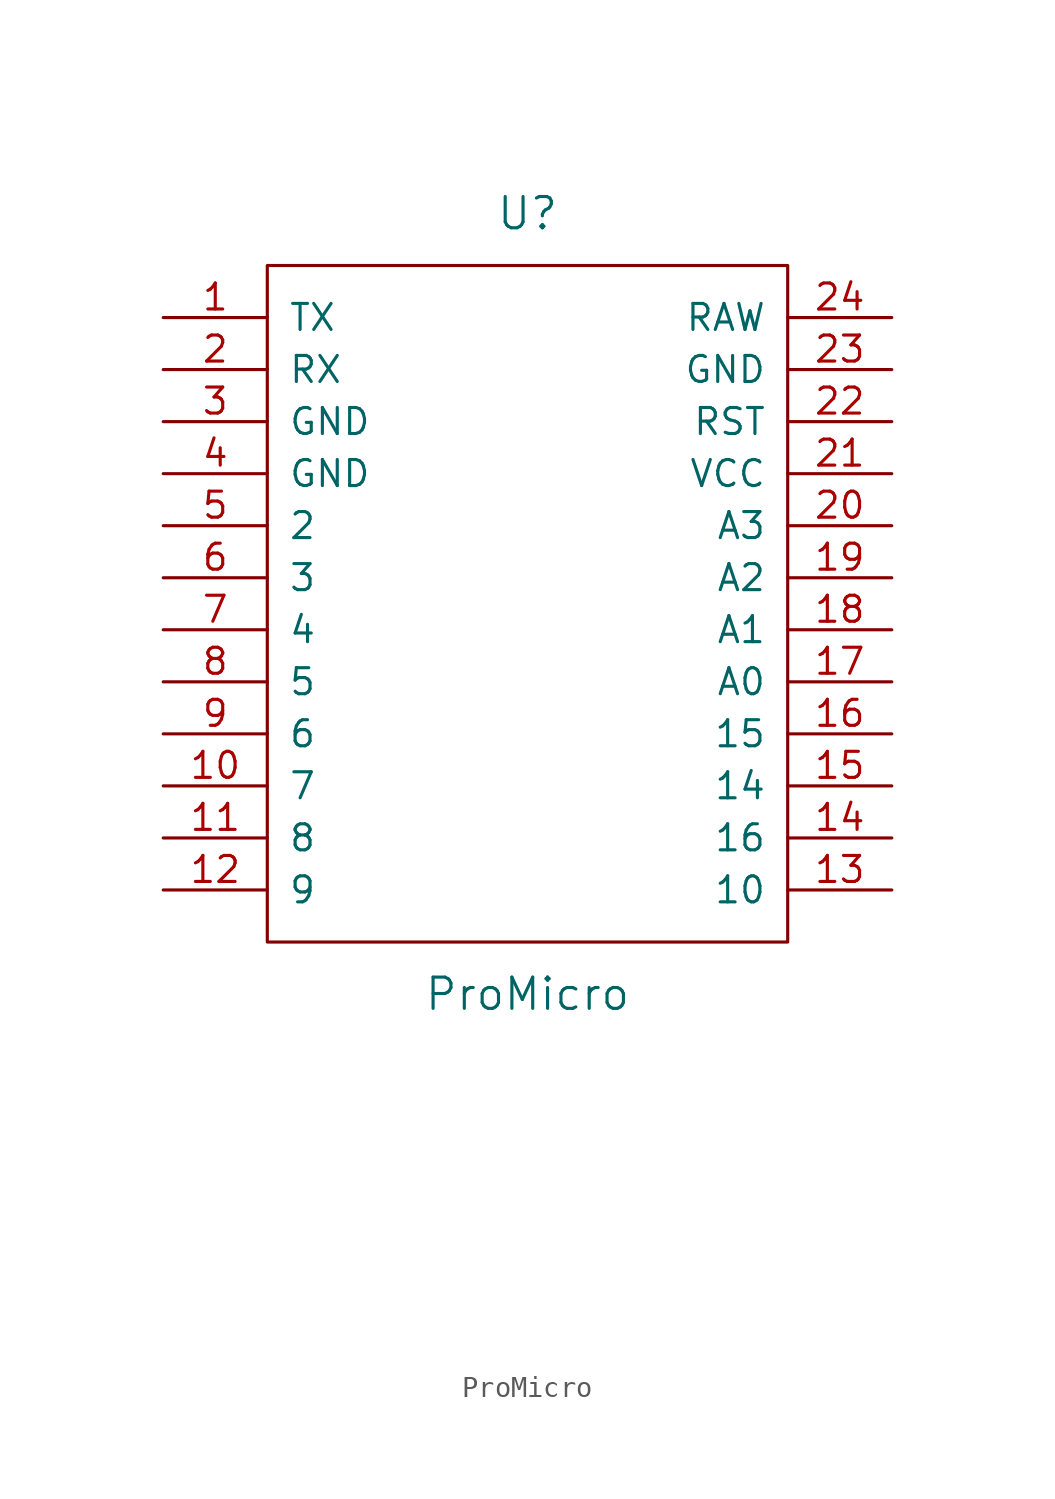
<source format=kicad_sym>
(kicad_symbol_lib
  (version 20211014)
  (generator kicad_symbol_editor)
  (symbol "ProMicro"
    (pin_names
      (offset 1.016))
    (property "Reference" "U"
      (at 0 24.13 0)
      (effects (font (size 1.524 1.524))))
    (property "Value" "ProMicro"
      (at 0 -13.97 0)
      (effects (font (size 1.524 1.524))))
    (property "Footprint" ""
      (at 2.54 -26.67 0)
      (effects (font (size 1.524 1.524))))
    (property "Datasheet" ""
      (at 2.54 -26.67 0)
      (effects (font (size 1.524 1.524))))
    (symbol "ProMicro_0_1"
      (rectangle (start -12.7 21.59) (end 12.7 -11.43) (stroke (width 0) (type default) (color 0 0 0 0)) (fill (type none))))
    (symbol "ProMicro_1_1"
      (pin bidirectional line (at -17.78 19.05 0) (length 5.08) (name "TX" (effects (font (size 1.27 1.27)))) (number "1" (effects (font (size 1.27 1.27)))))
      (pin bidirectional line (at -17.78 -3.81 0) (length 5.08) (name "7" (effects (font (size 1.27 1.27)))) (number "10" (effects (font (size 1.27 1.27)))))
      (pin bidirectional line (at -17.78 -6.35 0) (length 5.08) (name "8" (effects (font (size 1.27 1.27)))) (number "11" (effects (font (size 1.27 1.27)))))
      (pin bidirectional line (at -17.78 -8.89 0) (length 5.08) (name "9" (effects (font (size 1.27 1.27)))) (number "12" (effects (font (size 1.27 1.27)))))
      (pin bidirectional line (at 17.78 -8.89 180) (length 5.08) (name "10" (effects (font (size 1.27 1.27)))) (number "13" (effects (font (size 1.27 1.27)))))
      (pin bidirectional line (at 17.78 -6.35 180) (length 5.08) (name "16" (effects (font (size 1.27 1.27)))) (number "14" (effects (font (size 1.27 1.27)))))
      (pin bidirectional line (at 17.78 -3.81 180) (length 5.08) (name "14" (effects (font (size 1.27 1.27)))) (number "15" (effects (font (size 1.27 1.27)))))
      (pin bidirectional line (at 17.78 -1.27 180) (length 5.08) (name "15" (effects (font (size 1.27 1.27)))) (number "16" (effects (font (size 1.27 1.27)))))
      (pin bidirectional line (at 17.78 1.27 180) (length 5.08) (name "A0" (effects (font (size 1.27 1.27)))) (number "17" (effects (font (size 1.27 1.27)))))
      (pin bidirectional line (at 17.78 3.81 180) (length 5.08) (name "A1" (effects (font (size 1.27 1.27)))) (number "18" (effects (font (size 1.27 1.27)))))
      (pin bidirectional line (at 17.78 6.35 180) (length 5.08) (name "A2" (effects (font (size 1.27 1.27)))) (number "19" (effects (font (size 1.27 1.27)))))
      (pin bidirectional line (at -17.78 16.51 0) (length 5.08) (name "RX" (effects (font (size 1.27 1.27)))) (number "2" (effects (font (size 1.27 1.27)))))
      (pin bidirectional line (at 17.78 8.89 180) (length 5.08) (name "A3" (effects (font (size 1.27 1.27)))) (number "20" (effects (font (size 1.27 1.27)))))
      (pin bidirectional line (at 17.78 11.43 180) (length 5.08) (name "VCC" (effects (font (size 1.27 1.27)))) (number "21" (effects (font (size 1.27 1.27)))))
      (pin input line (at 17.78 13.97 180) (length 5.08) (name "RST" (effects (font (size 1.27 1.27)))) (number "22" (effects (font (size 1.27 1.27)))))
      (pin power_in line (at 17.78 16.51 180) (length 5.08) (name "GND" (effects (font (size 1.27 1.27)))) (number "23" (effects (font (size 1.27 1.27)))))
      (pin power_out line (at 17.78 19.05 180) (length 5.08) (name "RAW" (effects (font (size 1.27 1.27)))) (number "24" (effects (font (size 1.27 1.27)))))
      (pin power_in line (at -17.78 13.97 0) (length 5.08) (name "GND" (effects (font (size 1.27 1.27)))) (number "3" (effects (font (size 1.27 1.27)))))
      (pin power_in line (at -17.78 11.43 0) (length 5.08) (name "GND" (effects (font (size 1.27 1.27)))) (number "4" (effects (font (size 1.27 1.27)))))
      (pin bidirectional line (at -17.78 8.89 0) (length 5.08) (name "2" (effects (font (size 1.27 1.27)))) (number "5" (effects (font (size 1.27 1.27)))))
      (pin bidirectional line (at -17.78 6.35 0) (length 5.08) (name "3" (effects (font (size 1.27 1.27)))) (number "6" (effects (font (size 1.27 1.27)))))
      (pin bidirectional line (at -17.78 3.81 0) (length 5.08) (name "4" (effects (font (size 1.27 1.27)))) (number "7" (effects (font (size 1.27 1.27)))))
      (pin bidirectional line (at -17.78 1.27 0) (length 5.08) (name "5" (effects (font (size 1.27 1.27)))) (number "8" (effects (font (size 1.27 1.27)))))
      (pin bidirectional line (at -17.78 -1.27 0) (length 5.08) (name "6" (effects (font (size 1.27 1.27)))) (number "9" (effects (font (size 1.27 1.27))))))))
</source>
